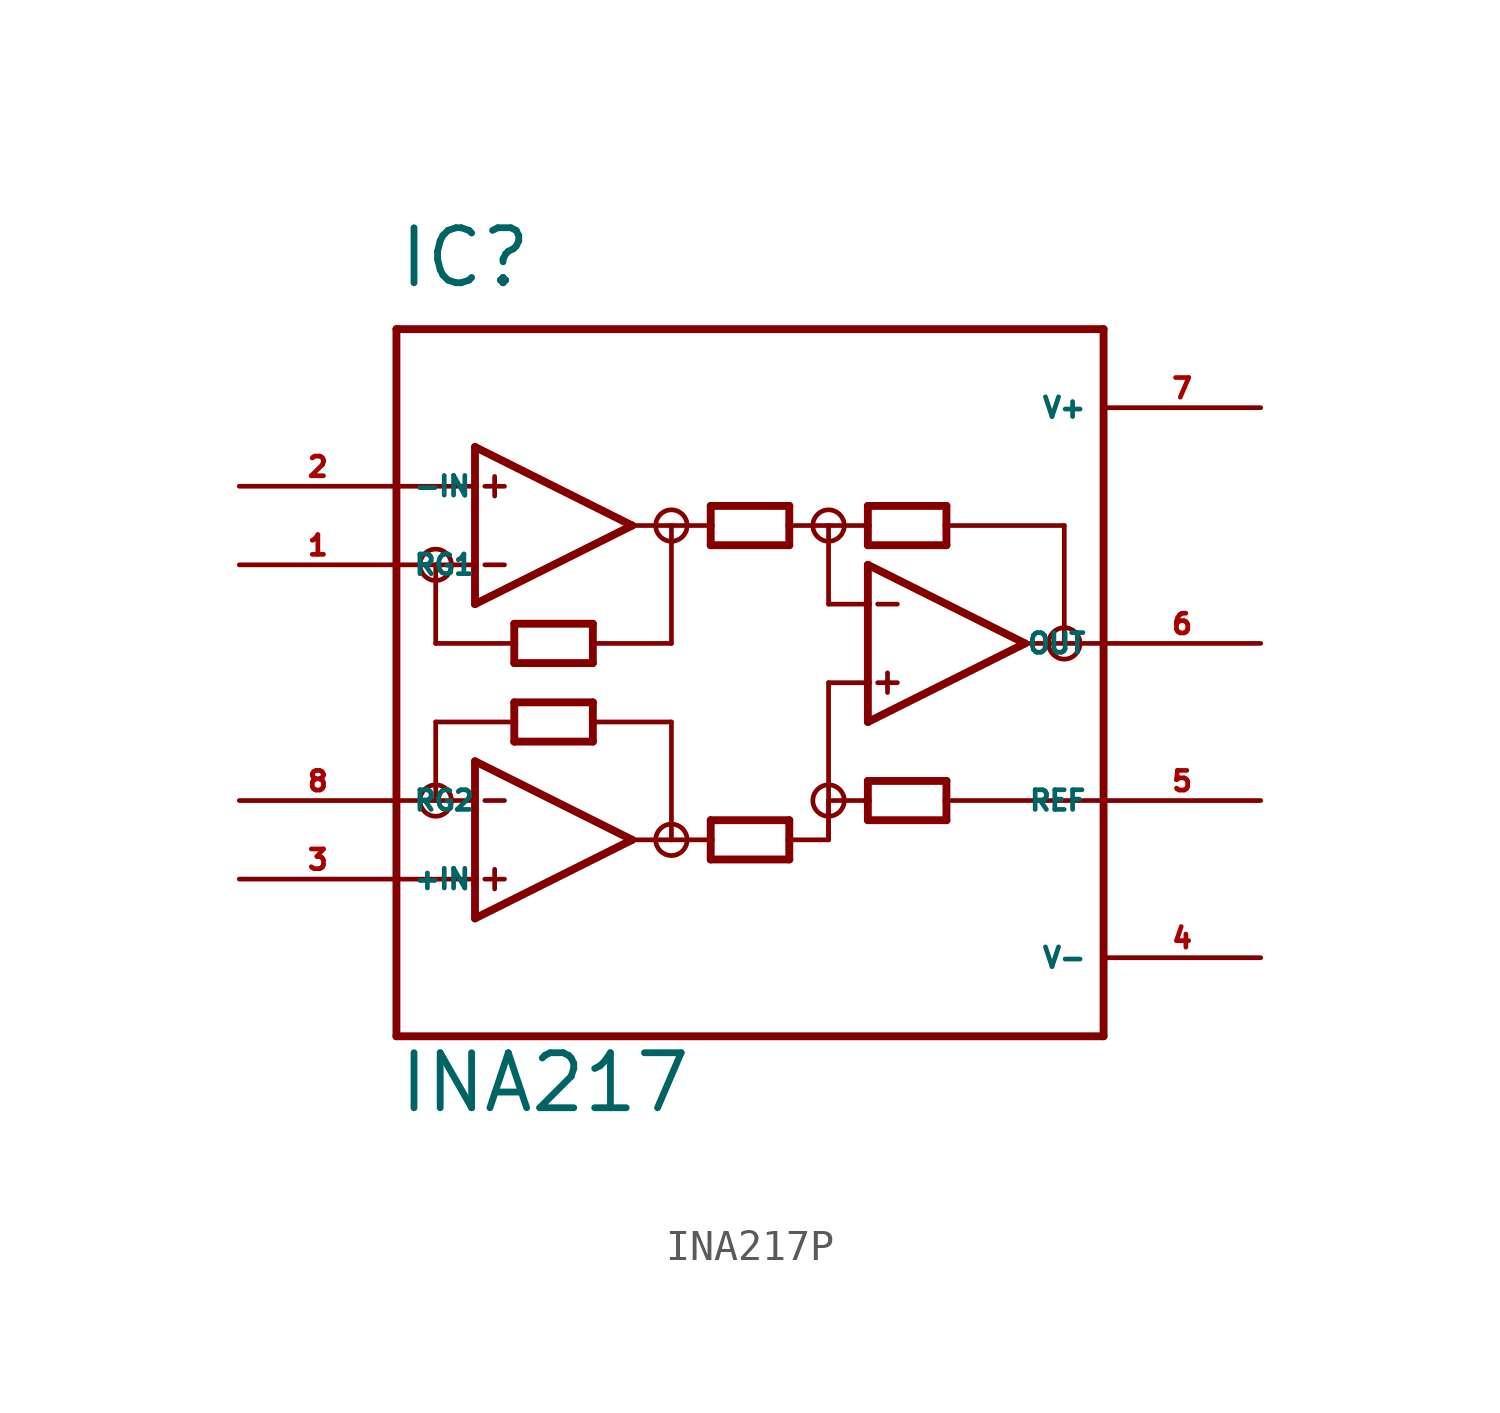
<source format=kicad_sym>
(kicad_symbol_lib
  (version 20220914)
  (generator Eagle2Kicad)
  (symbol "INA217P"
    (property "Reference" "IC"
      (at -12.7 11.43 0)
      (effects (font (size 1.778 1.778) (thickness 0.22)) (justify left bottom)))
    (property "Value" "INA217"
      (at -12.7 -15.24 0)
      (effects (font (size 1.778 1.778) (thickness 0.22)) (justify left bottom)))
    (polyline
      (pts (xy -10.16 1.27) (xy -10.16 2.54))
      (stroke (width 0.254) (type default))
      (fill (type none)))
    (polyline
      (pts (xy -10.16 2.54) (xy -10.16 5.08))
      (stroke (width 0.254) (type default))
      (fill (type none)))
    (polyline
      (pts (xy -10.16 5.08) (xy -10.16 6.35))
      (stroke (width 0.254) (type default))
      (fill (type none)))
    (polyline
      (pts (xy -10.16 6.35) (xy -5.08 3.81))
      (stroke (width 0.254) (type default))
      (fill (type none)))
    (polyline
      (pts (xy -5.08 3.81) (xy -10.16 1.27))
      (stroke (width 0.254) (type default))
      (fill (type none)))
    (polyline
      (pts (xy -6.35 -0.635) (xy -6.35 0))
      (stroke (width 0.254) (type default))
      (fill (type none)))
    (polyline
      (pts (xy -6.35 0) (xy -6.35 0.635))
      (stroke (width 0.254) (type default))
      (fill (type none)))
    (polyline
      (pts (xy -6.35 0.635) (xy -8.89 0.635))
      (stroke (width 0.254) (type default))
      (fill (type none)))
    (polyline
      (pts (xy -8.89 0.635) (xy -8.89 0))
      (stroke (width 0.254) (type default))
      (fill (type none)))
    (polyline
      (pts (xy -8.89 0) (xy -8.89 -0.635))
      (stroke (width 0.254) (type default))
      (fill (type none)))
    (polyline
      (pts (xy -8.89 -0.635) (xy -6.35 -0.635))
      (stroke (width 0.254) (type default))
      (fill (type none)))
    (polyline
      (pts (xy -2.54 3.175) (xy -2.54 3.81))
      (stroke (width 0.254) (type default))
      (fill (type none)))
    (polyline
      (pts (xy -2.54 3.81) (xy -2.54 4.445))
      (stroke (width 0.254) (type default))
      (fill (type none)))
    (polyline
      (pts (xy -2.54 4.445) (xy 0 4.445))
      (stroke (width 0.254) (type default))
      (fill (type none)))
    (polyline
      (pts (xy 0 4.445) (xy 0 3.81))
      (stroke (width 0.254) (type default))
      (fill (type none)))
    (polyline
      (pts (xy 0 3.81) (xy 0 3.175))
      (stroke (width 0.254) (type default))
      (fill (type none)))
    (polyline
      (pts (xy 0 3.175) (xy -2.54 3.175))
      (stroke (width 0.254) (type default))
      (fill (type none)))
    (polyline
      (pts (xy 5.08 4.445) (xy 5.08 3.81))
      (stroke (width 0.254) (type default))
      (fill (type none)))
    (polyline
      (pts (xy 5.08 3.81) (xy 5.08 3.175))
      (stroke (width 0.254) (type default))
      (fill (type none)))
    (polyline
      (pts (xy 5.08 3.175) (xy 2.54 3.175))
      (stroke (width 0.254) (type default))
      (fill (type none)))
    (polyline
      (pts (xy 2.54 3.175) (xy 2.54 3.81))
      (stroke (width 0.254) (type default))
      (fill (type none)))
    (polyline
      (pts (xy 2.54 3.81) (xy 2.54 4.445))
      (stroke (width 0.254) (type default))
      (fill (type none)))
    (polyline
      (pts (xy 2.54 4.445) (xy 5.08 4.445))
      (stroke (width 0.254) (type default))
      (fill (type none)))
    (polyline
      (pts (xy 2.54 -4.445) (xy 2.54 -5.08))
      (stroke (width 0.254) (type default))
      (fill (type none)))
    (polyline
      (pts (xy 2.54 -5.08) (xy 2.54 -5.715))
      (stroke (width 0.254) (type default))
      (fill (type none)))
    (polyline
      (pts (xy 2.54 -5.715) (xy 5.08 -5.715))
      (stroke (width 0.254) (type default))
      (fill (type none)))
    (polyline
      (pts (xy 5.08 -5.715) (xy 5.08 -5.08))
      (stroke (width 0.254) (type default))
      (fill (type none)))
    (polyline
      (pts (xy 5.08 -5.08) (xy 5.08 -4.445))
      (stroke (width 0.254) (type default))
      (fill (type none)))
    (polyline
      (pts (xy 5.08 -4.445) (xy 2.54 -4.445))
      (stroke (width 0.254) (type default))
      (fill (type none)))
    (polyline
      (pts (xy -10.16 2.54) (xy -11.43 2.54))
      (stroke (width 0.152) (type default))
      (fill (type none)))
    (polyline
      (pts (xy -9.842 5.08) (xy -9.207 5.08))
      (stroke (width 0.152) (type default))
      (fill (type none)))
    (polyline
      (pts (xy -9.842 2.54) (xy -9.207 2.54))
      (stroke (width 0.152) (type default))
      (fill (type none)))
    (polyline
      (pts (xy -9.525 5.397) (xy -9.525 4.763))
      (stroke (width 0.152) (type default))
      (fill (type none)))
    (polyline
      (pts (xy -12.7 -12.7) (xy 10.16 -12.7))
      (stroke (width 0.254) (type default))
      (fill (type none)))
    (polyline
      (pts (xy 10.16 -12.7) (xy 10.16 -5.08))
      (stroke (width 0.254) (type default))
      (fill (type none)))
    (polyline
      (pts (xy 10.16 -5.08) (xy 10.16 0))
      (stroke (width 0.254) (type default))
      (fill (type none)))
    (polyline
      (pts (xy 10.16 0) (xy 10.16 10.16))
      (stroke (width 0.254) (type default))
      (fill (type none)))
    (polyline
      (pts (xy 10.16 10.16) (xy -12.7 10.16))
      (stroke (width 0.254) (type default))
      (fill (type none)))
    (polyline
      (pts (xy -12.7 10.16) (xy -12.7 5.08))
      (stroke (width 0.254) (type default))
      (fill (type none)))
    (polyline
      (pts (xy -12.7 5.08) (xy -12.7 2.54))
      (stroke (width 0.254) (type default))
      (fill (type none)))
    (polyline
      (pts (xy -12.7 2.54) (xy -12.7 -5.08))
      (stroke (width 0.254) (type default))
      (fill (type none)))
    (polyline
      (pts (xy -12.7 -5.08) (xy -12.7 -7.62))
      (stroke (width 0.254) (type default))
      (fill (type none)))
    (polyline
      (pts (xy -12.7 -7.62) (xy -12.7 -12.7))
      (stroke (width 0.254) (type default))
      (fill (type none)))
    (polyline
      (pts (xy -10.16 -8.89) (xy -10.16 -7.62))
      (stroke (width 0.254) (type default))
      (fill (type none)))
    (polyline
      (pts (xy -10.16 -7.62) (xy -10.16 -5.08))
      (stroke (width 0.254) (type default))
      (fill (type none)))
    (polyline
      (pts (xy -10.16 -5.08) (xy -10.16 -3.81))
      (stroke (width 0.254) (type default))
      (fill (type none)))
    (polyline
      (pts (xy -10.16 -3.81) (xy -5.08 -6.35))
      (stroke (width 0.254) (type default))
      (fill (type none)))
    (polyline
      (pts (xy -5.08 -6.35) (xy -10.16 -8.89))
      (stroke (width 0.254) (type default))
      (fill (type none)))
    (polyline
      (pts (xy 0 -6.985) (xy 0 -6.35))
      (stroke (width 0.254) (type default))
      (fill (type none)))
    (polyline
      (pts (xy 0 -6.35) (xy 0 -5.715))
      (stroke (width 0.254) (type default))
      (fill (type none)))
    (polyline
      (pts (xy 0 -5.715) (xy -2.54 -5.715))
      (stroke (width 0.254) (type default))
      (fill (type none)))
    (polyline
      (pts (xy -2.54 -5.715) (xy -2.54 -6.35))
      (stroke (width 0.254) (type default))
      (fill (type none)))
    (polyline
      (pts (xy -2.54 -6.35) (xy -2.54 -6.985))
      (stroke (width 0.254) (type default))
      (fill (type none)))
    (polyline
      (pts (xy -2.54 -6.985) (xy 0 -6.985))
      (stroke (width 0.254) (type default))
      (fill (type none)))
    (polyline
      (pts (xy -8.89 -3.175) (xy -8.89 -2.54))
      (stroke (width 0.254) (type default))
      (fill (type none)))
    (polyline
      (pts (xy -8.89 -2.54) (xy -8.89 -1.905))
      (stroke (width 0.254) (type default))
      (fill (type none)))
    (polyline
      (pts (xy -8.89 -1.905) (xy -6.35 -1.905))
      (stroke (width 0.254) (type default))
      (fill (type none)))
    (polyline
      (pts (xy -6.35 -1.905) (xy -6.35 -2.54))
      (stroke (width 0.254) (type default))
      (fill (type none)))
    (polyline
      (pts (xy -6.35 -2.54) (xy -6.35 -3.175))
      (stroke (width 0.254) (type default))
      (fill (type none)))
    (polyline
      (pts (xy -6.35 -3.175) (xy -8.89 -3.175))
      (stroke (width 0.254) (type default))
      (fill (type none)))
    (polyline
      (pts (xy -10.16 -5.08) (xy -11.43 -5.08))
      (stroke (width 0.152) (type default))
      (fill (type none)))
    (polyline
      (pts (xy -9.842 -5.08) (xy -9.207 -5.08))
      (stroke (width 0.152) (type default))
      (fill (type none)))
    (polyline
      (pts (xy -9.842 -7.62) (xy -9.207 -7.62))
      (stroke (width 0.152) (type default))
      (fill (type none)))
    (polyline
      (pts (xy -9.525 -7.303) (xy -9.525 -7.938))
      (stroke (width 0.152) (type default))
      (fill (type none)))
    (polyline
      (pts (xy -10.16 5.08) (xy -12.7 5.08))
      (stroke (width 0.152) (type default))
      (fill (type none)))
    (polyline
      (pts (xy -11.43 2.54) (xy -12.7 2.54))
      (stroke (width 0.152) (type default))
      (fill (type none)))
    (polyline
      (pts (xy 2.54 -2.54) (xy 2.54 -1.27))
      (stroke (width 0.254) (type default))
      (fill (type none)))
    (polyline
      (pts (xy 2.54 -1.27) (xy 2.54 1.27))
      (stroke (width 0.254) (type default))
      (fill (type none)))
    (polyline
      (pts (xy 2.54 1.27) (xy 2.54 2.54))
      (stroke (width 0.254) (type default))
      (fill (type none)))
    (polyline
      (pts (xy 2.54 2.54) (xy 7.62 0))
      (stroke (width 0.254) (type default))
      (fill (type none)))
    (polyline
      (pts (xy 7.62 0) (xy 2.54 -2.54))
      (stroke (width 0.254) (type default))
      (fill (type none)))
    (polyline
      (pts (xy 2.54 -1.27) (xy 1.27 -1.27))
      (stroke (width 0.152) (type default))
      (fill (type none)))
    (polyline
      (pts (xy 2.857 1.27) (xy 3.493 1.27))
      (stroke (width 0.152) (type default))
      (fill (type none)))
    (polyline
      (pts (xy 2.857 -1.27) (xy 3.493 -1.27))
      (stroke (width 0.152) (type default))
      (fill (type none)))
    (polyline
      (pts (xy 3.175 -0.953) (xy 3.175 -1.587))
      (stroke (width 0.152) (type default))
      (fill (type none)))
    (polyline
      (pts (xy -5.08 3.81) (xy -3.81 3.81))
      (stroke (width 0.152) (type default))
      (fill (type none)))
    (polyline
      (pts (xy -3.81 3.81) (xy -2.54 3.81))
      (stroke (width 0.152) (type default))
      (fill (type none)))
    (polyline
      (pts (xy 0 3.81) (xy 1.27 3.81))
      (stroke (width 0.152) (type default))
      (fill (type none)))
    (polyline
      (pts (xy 1.27 3.81) (xy 2.54 3.81))
      (stroke (width 0.152) (type default))
      (fill (type none)))
    (polyline
      (pts (xy 8.89 3.81) (xy 5.08 3.81))
      (stroke (width 0.152) (type default))
      (fill (type none)))
    (polyline
      (pts (xy 7.62 0) (xy 8.89 0))
      (stroke (width 0.152) (type default))
      (fill (type none)))
    (polyline
      (pts (xy 8.89 0) (xy 10.16 0))
      (stroke (width 0.152) (type default))
      (fill (type none)))
    (polyline
      (pts (xy -11.43 2.54) (xy -11.43 0))
      (stroke (width 0.152) (type default))
      (fill (type none)))
    (polyline
      (pts (xy -11.43 0) (xy -8.89 0))
      (stroke (width 0.152) (type default))
      (fill (type none)))
    (polyline
      (pts (xy -3.81 3.81) (xy -3.81 0))
      (stroke (width 0.152) (type default))
      (fill (type none)))
    (polyline
      (pts (xy -3.81 0) (xy -6.35 0))
      (stroke (width 0.152) (type default))
      (fill (type none)))
    (polyline
      (pts (xy 1.27 3.81) (xy 1.27 1.27))
      (stroke (width 0.152) (type default))
      (fill (type none)))
    (polyline
      (pts (xy 1.27 1.27) (xy 2.54 1.27))
      (stroke (width 0.152) (type default))
      (fill (type none)))
    (polyline
      (pts (xy -8.89 -2.54) (xy -11.43 -2.54))
      (stroke (width 0.152) (type default))
      (fill (type none)))
    (polyline
      (pts (xy -11.43 -2.54) (xy -11.43 -5.08))
      (stroke (width 0.152) (type default))
      (fill (type none)))
    (polyline
      (pts (xy -6.35 -2.54) (xy -3.81 -2.54))
      (stroke (width 0.152) (type default))
      (fill (type none)))
    (polyline
      (pts (xy -3.81 -2.54) (xy -3.81 -6.35))
      (stroke (width 0.152) (type default))
      (fill (type none)))
    (polyline
      (pts (xy -3.81 -6.35) (xy -5.08 -6.35))
      (stroke (width 0.152) (type default))
      (fill (type none)))
    (polyline
      (pts (xy -3.81 -6.35) (xy -2.54 -6.35))
      (stroke (width 0.152) (type default))
      (fill (type none)))
    (polyline
      (pts (xy 0 -6.35) (xy 1.27 -6.35))
      (stroke (width 0.152) (type default))
      (fill (type none)))
    (polyline
      (pts (xy 1.27 -6.35) (xy 1.27 -5.08))
      (stroke (width 0.152) (type default))
      (fill (type none)))
    (polyline
      (pts (xy 1.27 -5.08) (xy 2.54 -5.08))
      (stroke (width 0.152) (type default))
      (fill (type none)))
    (polyline
      (pts (xy -10.16 -7.62) (xy -12.7 -7.62))
      (stroke (width 0.152) (type default))
      (fill (type none)))
    (polyline
      (pts (xy -12.7 -5.08) (xy -11.43 -5.08))
      (stroke (width 0.152) (type default))
      (fill (type none)))
    (polyline
      (pts (xy 1.27 -1.27) (xy 1.27 -6.35))
      (stroke (width 0.152) (type default))
      (fill (type none)))
    (polyline
      (pts (xy 5.08 -5.08) (xy 10.16 -5.08))
      (stroke (width 0.152) (type default))
      (fill (type none)))
    (polyline
      (pts (xy 8.89 3.81) (xy 8.89 0))
      (stroke (width 0.152) (type default))
      (fill (type none)))
    (circle
      (center -11.43 2.54)
      (radius 0.508)
      (stroke (width 0) (type default))
      (fill (type none)))
    (circle
      (center -11.43 -5.08)
      (radius 0.508)
      (stroke (width 0) (type default))
      (fill (type none)))
    (circle
      (center -3.81 -6.35)
      (radius 0.508)
      (stroke (width 0) (type default))
      (fill (type none)))
    (circle
      (center 1.27 -5.08)
      (radius 0.508)
      (stroke (width 0) (type default))
      (fill (type none)))
    (circle
      (center -3.81 3.81)
      (radius 0.508)
      (stroke (width 0) (type default))
      (fill (type none)))
    (circle
      (center 1.27 3.81)
      (radius 0.508)
      (stroke (width 0) (type default))
      (fill (type none)))
    (circle
      (center 8.89 0)
      (radius 0.508)
      (stroke (width 0) (type default))
      (fill (type none)))
    (pin input line
      (at -17.78 5.08 0)
      (length 5.08)
      (name "-IN" (effects (font (size 0.635 0.635) (thickness 0.08)) (justify left bottom)))
      (number "2" (effects (font (size 0.635 0.635) (thickness 0.08)) (justify left bottom))))
    (pin passive line
      (at -17.78 2.54 0)
      (length 5.08)
      (name "RG1" (effects (font (size 0.635 0.635) (thickness 0.08)) (justify left bottom)))
      (number "1" (effects (font (size 0.635 0.635) (thickness 0.08)) (justify left bottom))))
    (pin output line
      (at 15.24 0 180)
      (length 5.08)
      (name "OUT" (effects (font (size 0.635 0.635) (thickness 0.08)) (justify left bottom)))
      (number "6" (effects (font (size 0.635 0.635) (thickness 0.08)) (justify left bottom))))
    (pin unspecified line
      (at 15.24 7.62 180)
      (length 5.08)
      (name "V+" (effects (font (size 0.635 0.635) (thickness 0.08)) (justify left bottom)))
      (number "7" (effects (font (size 0.635 0.635) (thickness 0.08)) (justify left bottom))))
    (pin unspecified line
      (at 15.24 -10.16 180)
      (length 5.08)
      (name "V-" (effects (font (size 0.635 0.635) (thickness 0.08)) (justify left bottom)))
      (number "4" (effects (font (size 0.635 0.635) (thickness 0.08)) (justify left bottom))))
    (pin passive line
      (at -17.78 -5.08 0)
      (length 5.08)
      (name "RG2" (effects (font (size 0.635 0.635) (thickness 0.08)) (justify left bottom)))
      (number "8" (effects (font (size 0.635 0.635) (thickness 0.08)) (justify left bottom))))
    (pin input line
      (at -17.78 -7.62 0)
      (length 5.08)
      (name "+IN" (effects (font (size 0.635 0.635) (thickness 0.08)) (justify left bottom)))
      (number "3" (effects (font (size 0.635 0.635) (thickness 0.08)) (justify left bottom))))
    (pin passive line
      (at 15.24 -5.08 180)
      (length 5.08)
      (name "REF" (effects (font (size 0.635 0.635) (thickness 0.08)) (justify left bottom)))
      (number "5" (effects (font (size 0.635 0.635) (thickness 0.08)) (justify left bottom))))))
</source>
